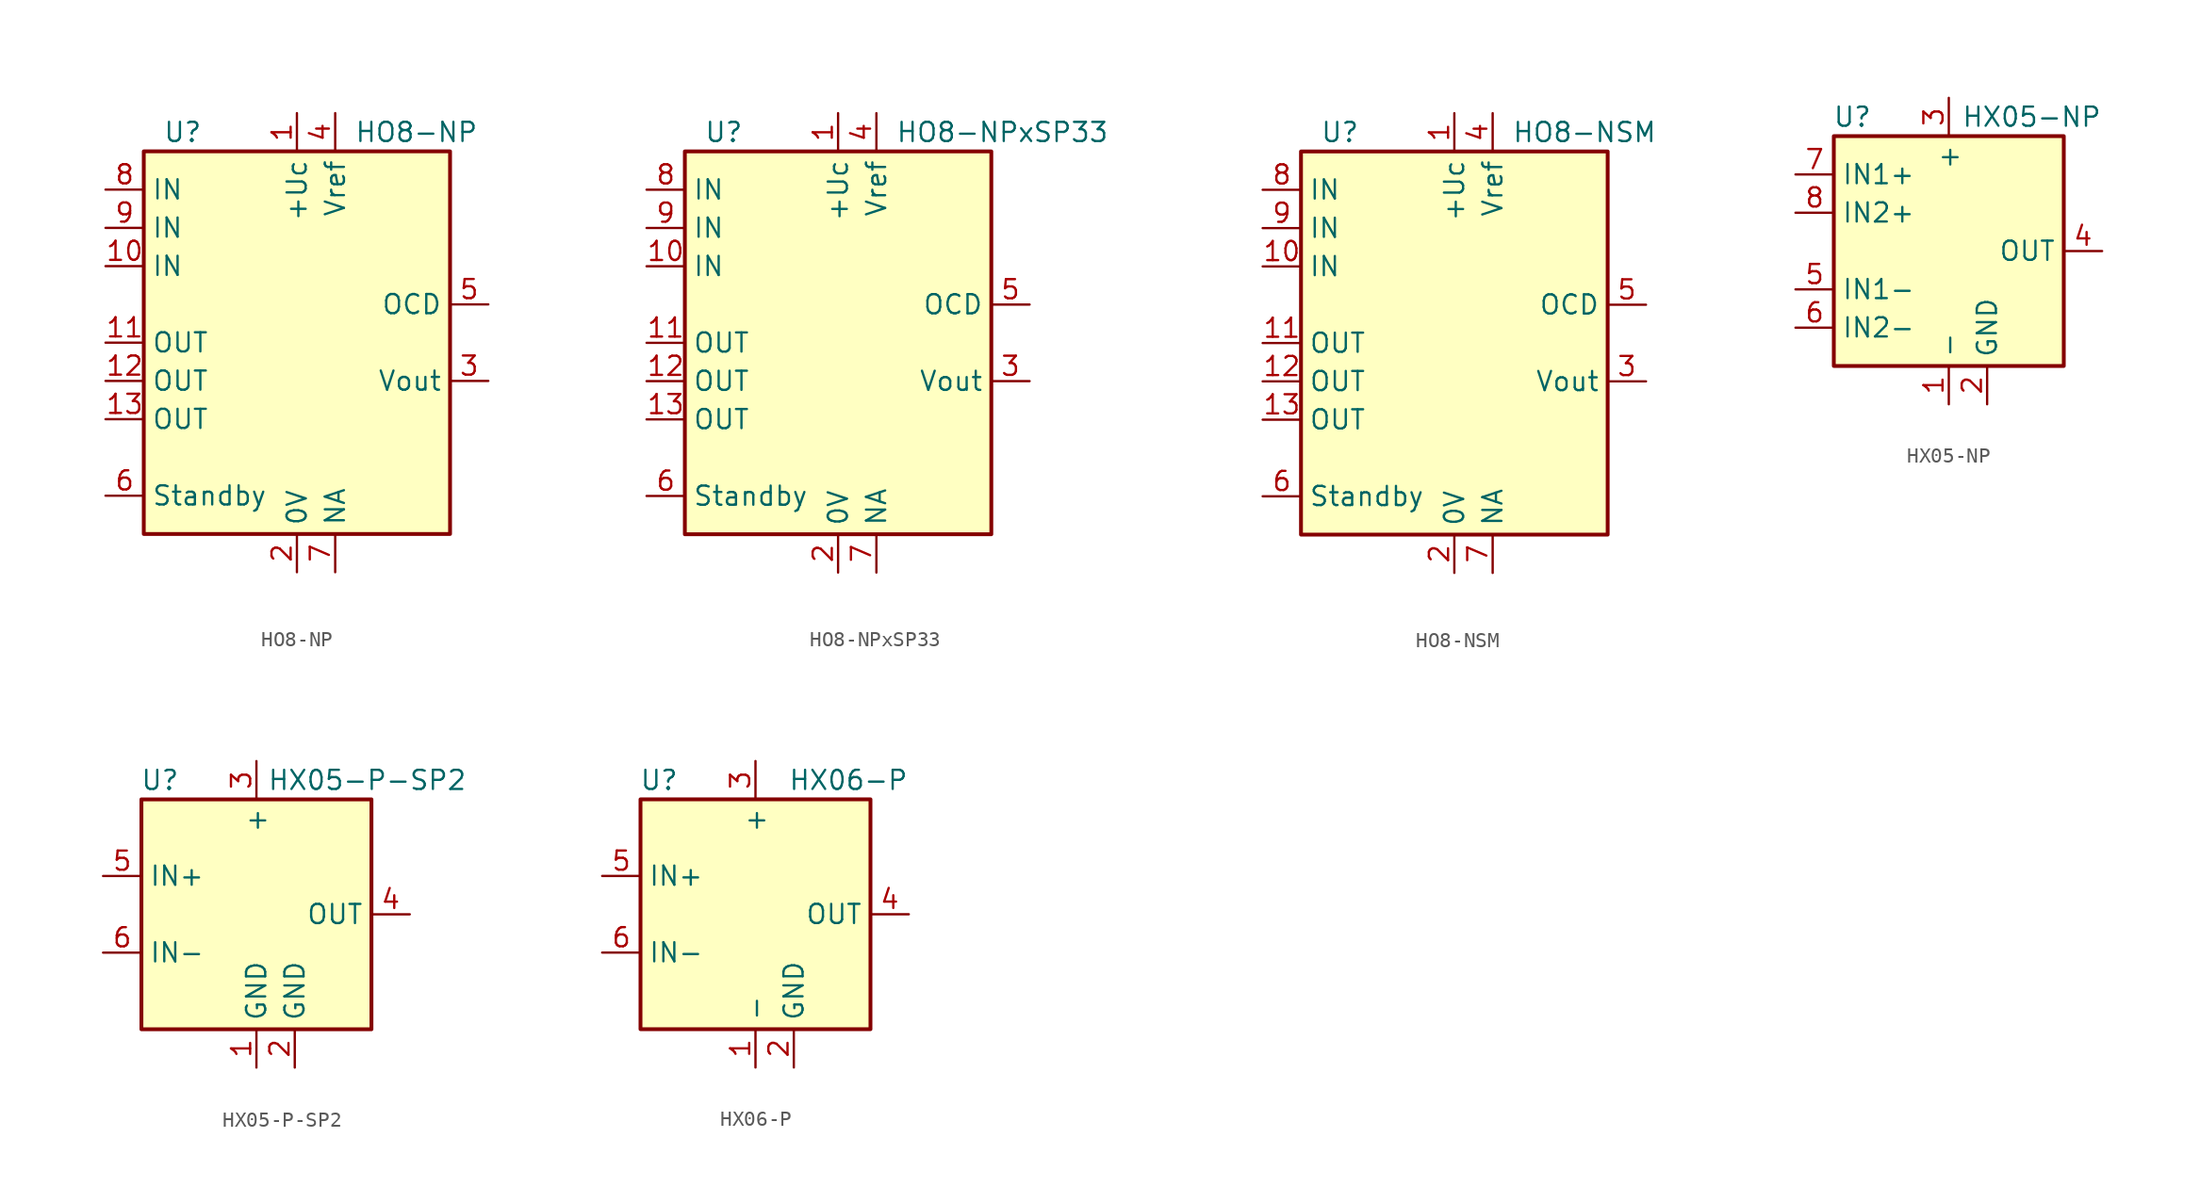
<source format=kicad_sym>
(kicad_symbol_lib
  (version 20201005)
  (generator kicad_symbol_editor)
  (symbol "HO8-NP"
    (property "Reference" "U"
      (at -8.89 13.97 0)
      (effects (font (size 1.27 1.27)) (justify left)))
    (property "Value" "HO8-NP"
      (at 3.81 13.97 0)
      (effects (font (size 1.27 1.27)) (justify left)))
    (symbol "HO8-NP_0_1"
      (rectangle (start -10.16 12.7) (end 10.16 -12.7) (stroke (width 0.254)) (fill (type background))))
    (symbol "HO8-NP_1_1"
      (pin power_in line (at 0 15.24 270) (length 2.54) (name "+Uc" (effects (font (size 1.27 1.27)))) (number "1" (effects (font (size 1.27 1.27)))))
      (pin passive line (at -12.7 5.08 0) (length 2.54) (name "IN" (effects (font (size 1.27 1.27)))) (number "10" (effects (font (size 1.27 1.27)))))
      (pin passive line (at -12.7 0 0) (length 2.54) (name "OUT" (effects (font (size 1.27 1.27)))) (number "11" (effects (font (size 1.27 1.27)))))
      (pin passive line (at -12.7 -2.54 0) (length 2.54) (name "OUT" (effects (font (size 1.27 1.27)))) (number "12" (effects (font (size 1.27 1.27)))))
      (pin passive line (at -12.7 -5.08 0) (length 2.54) (name "OUT" (effects (font (size 1.27 1.27)))) (number "13" (effects (font (size 1.27 1.27)))))
      (pin power_in line (at 0 -15.24 90) (length 2.54) (name "0V" (effects (font (size 1.27 1.27)))) (number "2" (effects (font (size 1.27 1.27)))))
      (pin output line (at 12.7 -2.54 180) (length 2.54) (name "Vout" (effects (font (size 1.27 1.27)))) (number "3" (effects (font (size 1.27 1.27)))))
      (pin passive line (at 2.54 15.24 270) (length 2.54) (name "Vref" (effects (font (size 1.27 1.27)))) (number "4" (effects (font (size 1.27 1.27)))))
      (pin open_collector line (at 12.7 2.54 180) (length 2.54) (name "OCD" (effects (font (size 1.27 1.27)))) (number "5" (effects (font (size 1.27 1.27)))))
      (pin input line (at -12.7 -10.16 0) (length 2.54) (name "Standby" (effects (font (size 1.27 1.27)))) (number "6" (effects (font (size 1.27 1.27)))))
      (pin passive line (at 2.54 -15.24 90) (length 2.54) (name "NA" (effects (font (size 1.27 1.27)))) (number "7" (effects (font (size 1.27 1.27)))))
      (pin passive line (at -12.7 10.16 0) (length 2.54) (name "IN" (effects (font (size 1.27 1.27)))) (number "8" (effects (font (size 1.27 1.27)))))
      (pin passive line (at -12.7 7.62 0) (length 2.54) (name "IN" (effects (font (size 1.27 1.27)))) (number "9" (effects (font (size 1.27 1.27)))))))
  (symbol "HO8-NPxSP33"
    (property "Reference" "U"
      (at -8.89 13.97 0)
      (effects (font (size 1.27 1.27)) (justify left)))
    (property "Value" "HO8-NPxSP33"
      (at 3.81 13.97 0)
      (effects (font (size 1.27 1.27)) (justify left)))
    (symbol "HO8-NPxSP33_0_1"
      (rectangle (start -10.16 12.7) (end 10.16 -12.7) (stroke (width 0.254)) (fill (type background))))
    (symbol "HO8-NPxSP33_1_1"
      (pin power_in line (at 0 15.24 270) (length 2.54) (name "+Uc" (effects (font (size 1.27 1.27)))) (number "1" (effects (font (size 1.27 1.27)))))
      (pin passive line (at -12.7 5.08 0) (length 2.54) (name "IN" (effects (font (size 1.27 1.27)))) (number "10" (effects (font (size 1.27 1.27)))))
      (pin passive line (at -12.7 0 0) (length 2.54) (name "OUT" (effects (font (size 1.27 1.27)))) (number "11" (effects (font (size 1.27 1.27)))))
      (pin passive line (at -12.7 -2.54 0) (length 2.54) (name "OUT" (effects (font (size 1.27 1.27)))) (number "12" (effects (font (size 1.27 1.27)))))
      (pin passive line (at -12.7 -5.08 0) (length 2.54) (name "OUT" (effects (font (size 1.27 1.27)))) (number "13" (effects (font (size 1.27 1.27)))))
      (pin power_in line (at 0 -15.24 90) (length 2.54) (name "0V" (effects (font (size 1.27 1.27)))) (number "2" (effects (font (size 1.27 1.27)))))
      (pin output line (at 12.7 -2.54 180) (length 2.54) (name "Vout" (effects (font (size 1.27 1.27)))) (number "3" (effects (font (size 1.27 1.27)))))
      (pin passive line (at 2.54 15.24 270) (length 2.54) (name "Vref" (effects (font (size 1.27 1.27)))) (number "4" (effects (font (size 1.27 1.27)))))
      (pin open_collector line (at 12.7 2.54 180) (length 2.54) (name "OCD" (effects (font (size 1.27 1.27)))) (number "5" (effects (font (size 1.27 1.27)))))
      (pin input line (at -12.7 -10.16 0) (length 2.54) (name "Standby" (effects (font (size 1.27 1.27)))) (number "6" (effects (font (size 1.27 1.27)))))
      (pin passive line (at 2.54 -15.24 90) (length 2.54) (name "NA" (effects (font (size 1.27 1.27)))) (number "7" (effects (font (size 1.27 1.27)))))
      (pin passive line (at -12.7 10.16 0) (length 2.54) (name "IN" (effects (font (size 1.27 1.27)))) (number "8" (effects (font (size 1.27 1.27)))))
      (pin passive line (at -12.7 7.62 0) (length 2.54) (name "IN" (effects (font (size 1.27 1.27)))) (number "9" (effects (font (size 1.27 1.27)))))))
  (symbol "HO8-NSM"
    (property "Reference" "U"
      (at -8.89 13.97 0)
      (effects (font (size 1.27 1.27)) (justify left)))
    (property "Value" "HO8-NSM"
      (at 3.81 13.97 0)
      (effects (font (size 1.27 1.27)) (justify left)))
    (symbol "HO8-NSM_0_1"
      (rectangle (start -10.16 12.7) (end 10.16 -12.7) (stroke (width 0.254)) (fill (type background))))
    (symbol "HO8-NSM_1_1"
      (pin power_in line (at 0 15.24 270) (length 2.54) (name "+Uc" (effects (font (size 1.27 1.27)))) (number "1" (effects (font (size 1.27 1.27)))))
      (pin passive line (at -12.7 5.08 0) (length 2.54) (name "IN" (effects (font (size 1.27 1.27)))) (number "10" (effects (font (size 1.27 1.27)))))
      (pin passive line (at -12.7 0 0) (length 2.54) (name "OUT" (effects (font (size 1.27 1.27)))) (number "11" (effects (font (size 1.27 1.27)))))
      (pin passive line (at -12.7 -2.54 0) (length 2.54) (name "OUT" (effects (font (size 1.27 1.27)))) (number "12" (effects (font (size 1.27 1.27)))))
      (pin passive line (at -12.7 -5.08 0) (length 2.54) (name "OUT" (effects (font (size 1.27 1.27)))) (number "13" (effects (font (size 1.27 1.27)))))
      (pin power_in line (at 0 -15.24 90) (length 2.54) (name "0V" (effects (font (size 1.27 1.27)))) (number "2" (effects (font (size 1.27 1.27)))))
      (pin output line (at 12.7 -2.54 180) (length 2.54) (name "Vout" (effects (font (size 1.27 1.27)))) (number "3" (effects (font (size 1.27 1.27)))))
      (pin passive line (at 2.54 15.24 270) (length 2.54) (name "Vref" (effects (font (size 1.27 1.27)))) (number "4" (effects (font (size 1.27 1.27)))))
      (pin open_collector line (at 12.7 2.54 180) (length 2.54) (name "OCD" (effects (font (size 1.27 1.27)))) (number "5" (effects (font (size 1.27 1.27)))))
      (pin input line (at -12.7 -10.16 0) (length 2.54) (name "Standby" (effects (font (size 1.27 1.27)))) (number "6" (effects (font (size 1.27 1.27)))))
      (pin passive line (at 2.54 -15.24 90) (length 2.54) (name "NA" (effects (font (size 1.27 1.27)))) (number "7" (effects (font (size 1.27 1.27)))))
      (pin passive line (at -12.7 10.16 0) (length 2.54) (name "IN" (effects (font (size 1.27 1.27)))) (number "8" (effects (font (size 1.27 1.27)))))
      (pin passive line (at -12.7 7.62 0) (length 2.54) (name "IN" (effects (font (size 1.27 1.27)))) (number "9" (effects (font (size 1.27 1.27)))))))
  (symbol "HX05-NP"
    (property "Reference" "U"
      (at -5.08 8.89 0)
      (effects (font (size 1.27 1.27)) (justify right)))
    (property "Value" "HX05-NP"
      (at 10.16 8.89 0)
      (effects (font (size 1.27 1.27)) (justify right)))
    (symbol "HX05-NP_0_1"
      (rectangle (start -7.62 7.62) (end 7.62 -7.62) (stroke (width 0.254)) (fill (type background))))
    (symbol "HX05-NP_1_1"
      (pin power_in line (at 0 -10.16 90) (length 2.54) (name "-" (effects (font (size 1.27 1.27)))) (number "1" (effects (font (size 1.27 1.27)))))
      (pin power_in line (at 2.54 -10.16 90) (length 2.54) (name "GND" (effects (font (size 1.27 1.27)))) (number "2" (effects (font (size 1.27 1.27)))))
      (pin power_in line (at 0 10.16 270) (length 2.54) (name "+" (effects (font (size 1.27 1.27)))) (number "3" (effects (font (size 1.27 1.27)))))
      (pin output line (at 10.16 0 180) (length 2.54) (name "OUT" (effects (font (size 1.27 1.27)))) (number "4" (effects (font (size 1.27 1.27)))))
      (pin passive line (at -10.16 -2.54 0) (length 2.54) (name "IN1-" (effects (font (size 1.27 1.27)))) (number "5" (effects (font (size 1.27 1.27)))))
      (pin passive line (at -10.16 -5.08 0) (length 2.54) (name "IN2-" (effects (font (size 1.27 1.27)))) (number "6" (effects (font (size 1.27 1.27)))))
      (pin passive line (at -10.16 5.08 0) (length 2.54) (name "IN1+" (effects (font (size 1.27 1.27)))) (number "7" (effects (font (size 1.27 1.27)))))
      (pin passive line (at -10.16 2.54 0) (length 2.54) (name "IN2+" (effects (font (size 1.27 1.27)))) (number "8" (effects (font (size 1.27 1.27)))))))
  (symbol "HX05-P-SP2"
    (property "Reference" "U"
      (at -5.08 8.89 0)
      (effects (font (size 1.27 1.27)) (justify right)))
    (property "Value" "HX05-P-SP2"
      (at 13.97 8.89 0)
      (effects (font (size 1.27 1.27)) (justify right)))
    (symbol "HX05-P-SP2_0_1"
      (rectangle (start -7.62 7.62) (end 7.62 -7.62) (stroke (width 0.254)) (fill (type background))))
    (symbol "HX05-P-SP2_1_1"
      (pin power_in line (at 0 -10.16 90) (length 2.54) (name "GND" (effects (font (size 1.27 1.27)))) (number "1" (effects (font (size 1.27 1.27)))))
      (pin power_in line (at 2.54 -10.16 90) (length 2.54) (name "GND" (effects (font (size 1.27 1.27)))) (number "2" (effects (font (size 1.27 1.27)))))
      (pin power_in line (at 0 10.16 270) (length 2.54) (name "+" (effects (font (size 1.27 1.27)))) (number "3" (effects (font (size 1.27 1.27)))))
      (pin output line (at 10.16 0 180) (length 2.54) (name "OUT" (effects (font (size 1.27 1.27)))) (number "4" (effects (font (size 1.27 1.27)))))
      (pin passive line (at -10.16 2.54 0) (length 2.54) (name "IN+" (effects (font (size 1.27 1.27)))) (number "5" (effects (font (size 1.27 1.27)))))
      (pin passive line (at -10.16 -2.54 0) (length 2.54) (name "IN-" (effects (font (size 1.27 1.27)))) (number "6" (effects (font (size 1.27 1.27)))))))
  (symbol "HX06-P"
    (property "Reference" "U"
      (at -5.08 8.89 0)
      (effects (font (size 1.27 1.27)) (justify right)))
    (property "Value" "HX06-P"
      (at 10.16 8.89 0)
      (effects (font (size 1.27 1.27)) (justify right)))
    (symbol "HX06-P_0_1"
      (rectangle (start -7.62 7.62) (end 7.62 -7.62) (stroke (width 0.254)) (fill (type background))))
    (symbol "HX06-P_1_1"
      (pin power_in line (at 0 -10.16 90) (length 2.54) (name "-" (effects (font (size 1.27 1.27)))) (number "1" (effects (font (size 1.27 1.27)))))
      (pin power_in line (at 2.54 -10.16 90) (length 2.54) (name "GND" (effects (font (size 1.27 1.27)))) (number "2" (effects (font (size 1.27 1.27)))))
      (pin power_in line (at 0 10.16 270) (length 2.54) (name "+" (effects (font (size 1.27 1.27)))) (number "3" (effects (font (size 1.27 1.27)))))
      (pin output line (at 10.16 0 180) (length 2.54) (name "OUT" (effects (font (size 1.27 1.27)))) (number "4" (effects (font (size 1.27 1.27)))))
      (pin passive line (at -10.16 2.54 0) (length 2.54) (name "IN+" (effects (font (size 1.27 1.27)))) (number "5" (effects (font (size 1.27 1.27)))))
      (pin passive line (at -10.16 -2.54 0) (length 2.54) (name "IN-" (effects (font (size 1.27 1.27)))) (number "6" (effects (font (size 1.27 1.27))))))))
</source>
